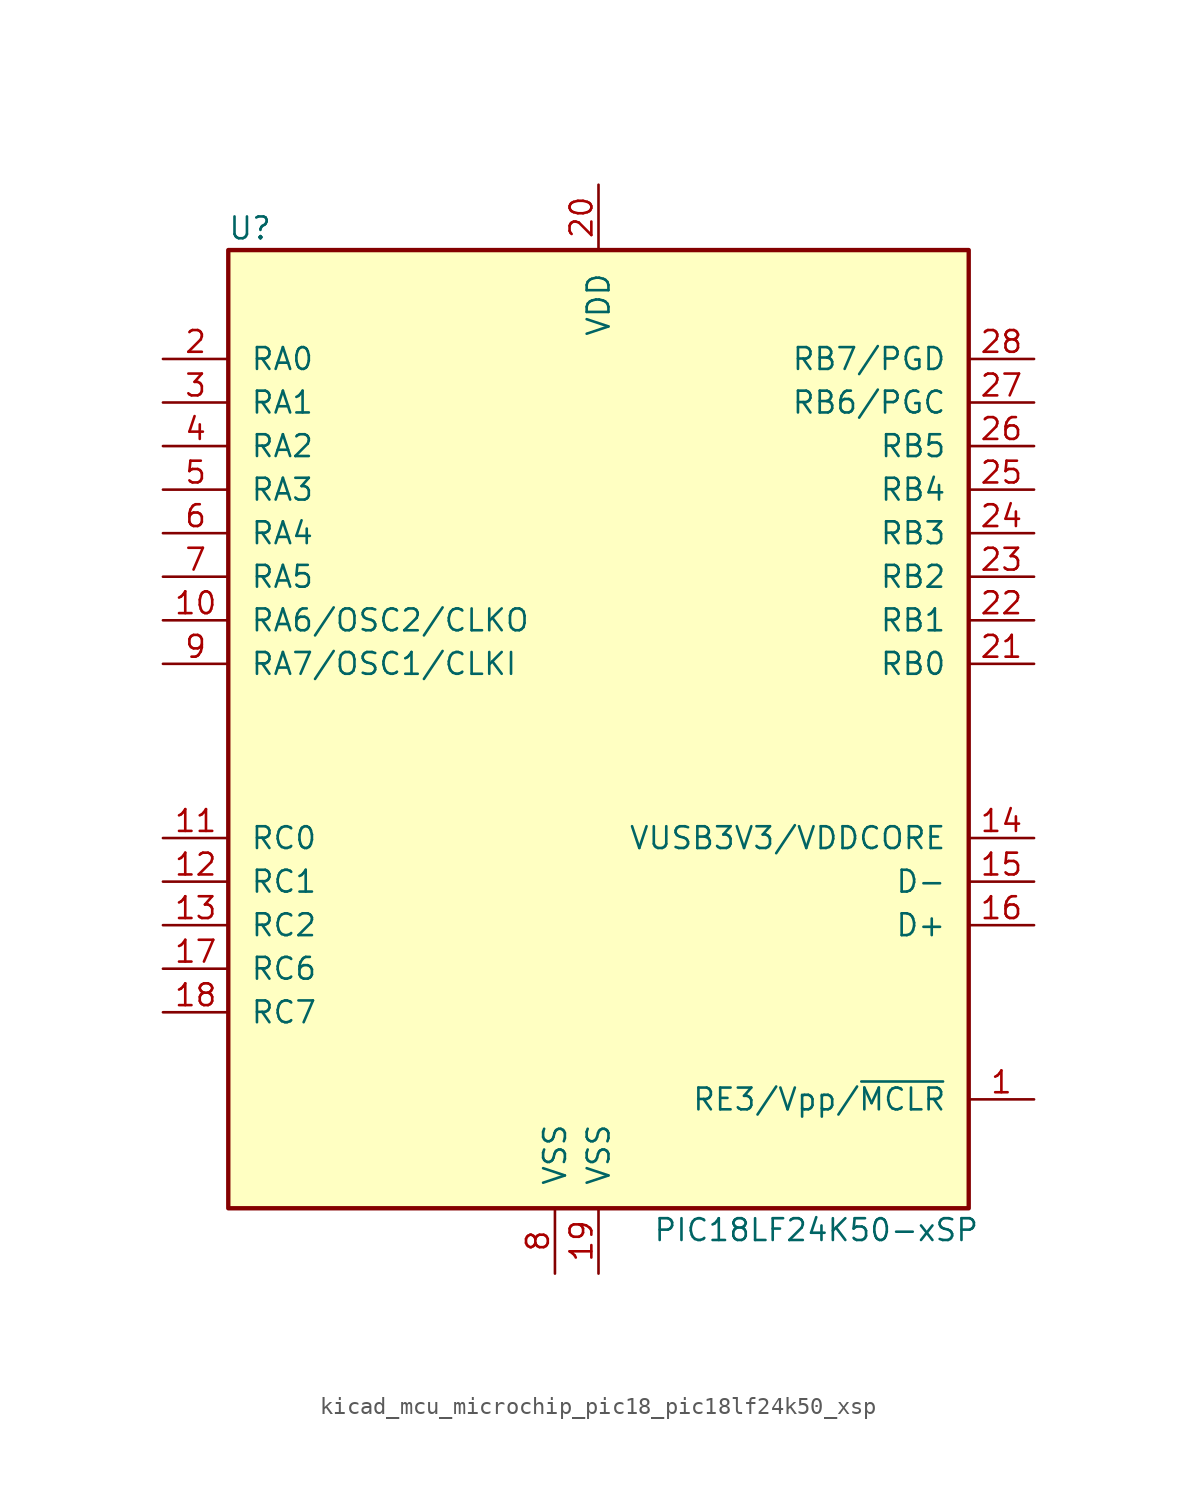
<source format=kicad_sym>
(kicad_symbol_lib
  (version 20220914)
  (generator kicad_symbol_editor)
  (symbol "kicad_mcu_microchip_pic18_pic18lf24k50_xsp"
    (pin_names
      (offset 1.27))
    (property "Reference" "U"
      (at -20.32 30.48 0)
      (effects (font (size 1.27 1.27))))
    (property "Value" "PIC18LF24K50-xSP"
      (at 12.7 -27.94 0)
      (effects (font (size 1.27 1.27))))
    (symbol "kicad_mcu_microchip_pic18_pic18lf24k50_xsp_0_1"
      (rectangle (start -21.59 29.21) (end 21.59 -26.67) (stroke (width 0.254) (type default)) (fill (type background))))
    (symbol "kicad_mcu_microchip_pic18_pic18lf24k50_xsp_1_1"
      (pin input line (at 25.4 -20.32 180) (length 3.81) (name "RE3/Vpp/~{MCLR}" (effects (font (size 1.27 1.27)))) (number "1" (effects (font (size 1.27 1.27)))))
      (pin output line (at -25.4 7.62 0) (length 3.81) (name "RA6/OSC2/CLKO" (effects (font (size 1.27 1.27)))) (number "10" (effects (font (size 1.27 1.27)))))
      (pin bidirectional line (at -25.4 -5.08 0) (length 3.81) (name "RC0" (effects (font (size 1.27 1.27)))) (number "11" (effects (font (size 1.27 1.27)))))
      (pin bidirectional line (at -25.4 -7.62 0) (length 3.81) (name "RC1" (effects (font (size 1.27 1.27)))) (number "12" (effects (font (size 1.27 1.27)))))
      (pin bidirectional line (at -25.4 -10.16 0) (length 3.81) (name "RC2" (effects (font (size 1.27 1.27)))) (number "13" (effects (font (size 1.27 1.27)))))
      (pin bidirectional line (at 25.4 -5.08 180) (length 3.81) (name "VUSB3V3/VDDCORE" (effects (font (size 1.27 1.27)))) (number "14" (effects (font (size 1.27 1.27)))))
      (pin bidirectional line (at 25.4 -7.62 180) (length 3.81) (name "D-" (effects (font (size 1.27 1.27)))) (number "15" (effects (font (size 1.27 1.27)))))
      (pin bidirectional line (at 25.4 -10.16 180) (length 3.81) (name "D+" (effects (font (size 1.27 1.27)))) (number "16" (effects (font (size 1.27 1.27)))))
      (pin bidirectional line (at -25.4 -12.7 0) (length 3.81) (name "RC6" (effects (font (size 1.27 1.27)))) (number "17" (effects (font (size 1.27 1.27)))))
      (pin bidirectional line (at -25.4 -15.24 0) (length 3.81) (name "RC7" (effects (font (size 1.27 1.27)))) (number "18" (effects (font (size 1.27 1.27)))))
      (pin power_in line (at 0 -30.48 90) (length 3.81) (name "VSS" (effects (font (size 1.27 1.27)))) (number "19" (effects (font (size 1.27 1.27)))))
      (pin bidirectional line (at -25.4 22.86 0) (length 3.81) (name "RA0" (effects (font (size 1.27 1.27)))) (number "2" (effects (font (size 1.27 1.27)))))
      (pin power_in line (at 0 33.02 270) (length 3.81) (name "VDD" (effects (font (size 1.27 1.27)))) (number "20" (effects (font (size 1.27 1.27)))))
      (pin bidirectional line (at 25.4 5.08 180) (length 3.81) (name "RB0" (effects (font (size 1.27 1.27)))) (number "21" (effects (font (size 1.27 1.27)))))
      (pin bidirectional line (at 25.4 7.62 180) (length 3.81) (name "RB1" (effects (font (size 1.27 1.27)))) (number "22" (effects (font (size 1.27 1.27)))))
      (pin bidirectional line (at 25.4 10.16 180) (length 3.81) (name "RB2" (effects (font (size 1.27 1.27)))) (number "23" (effects (font (size 1.27 1.27)))))
      (pin bidirectional line (at 25.4 12.7 180) (length 3.81) (name "RB3" (effects (font (size 1.27 1.27)))) (number "24" (effects (font (size 1.27 1.27)))))
      (pin bidirectional line (at 25.4 15.24 180) (length 3.81) (name "RB4" (effects (font (size 1.27 1.27)))) (number "25" (effects (font (size 1.27 1.27)))))
      (pin bidirectional line (at 25.4 17.78 180) (length 3.81) (name "RB5" (effects (font (size 1.27 1.27)))) (number "26" (effects (font (size 1.27 1.27)))))
      (pin bidirectional line (at 25.4 20.32 180) (length 3.81) (name "RB6/PGC" (effects (font (size 1.27 1.27)))) (number "27" (effects (font (size 1.27 1.27)))))
      (pin bidirectional line (at 25.4 22.86 180) (length 3.81) (name "RB7/PGD" (effects (font (size 1.27 1.27)))) (number "28" (effects (font (size 1.27 1.27)))))
      (pin bidirectional line (at -25.4 20.32 0) (length 3.81) (name "RA1" (effects (font (size 1.27 1.27)))) (number "3" (effects (font (size 1.27 1.27)))))
      (pin bidirectional line (at -25.4 17.78 0) (length 3.81) (name "RA2" (effects (font (size 1.27 1.27)))) (number "4" (effects (font (size 1.27 1.27)))))
      (pin bidirectional line (at -25.4 15.24 0) (length 3.81) (name "RA3" (effects (font (size 1.27 1.27)))) (number "5" (effects (font (size 1.27 1.27)))))
      (pin bidirectional line (at -25.4 12.7 0) (length 3.81) (name "RA4" (effects (font (size 1.27 1.27)))) (number "6" (effects (font (size 1.27 1.27)))))
      (pin bidirectional line (at -25.4 10.16 0) (length 3.81) (name "RA5" (effects (font (size 1.27 1.27)))) (number "7" (effects (font (size 1.27 1.27)))))
      (pin power_in line (at -2.54 -30.48 90) (length 3.81) (name "VSS" (effects (font (size 1.27 1.27)))) (number "8" (effects (font (size 1.27 1.27)))))
      (pin input line (at -25.4 5.08 0) (length 3.81) (name "RA7/OSC1/CLKI" (effects (font (size 1.27 1.27)))) (number "9" (effects (font (size 1.27 1.27))))))))
</source>
